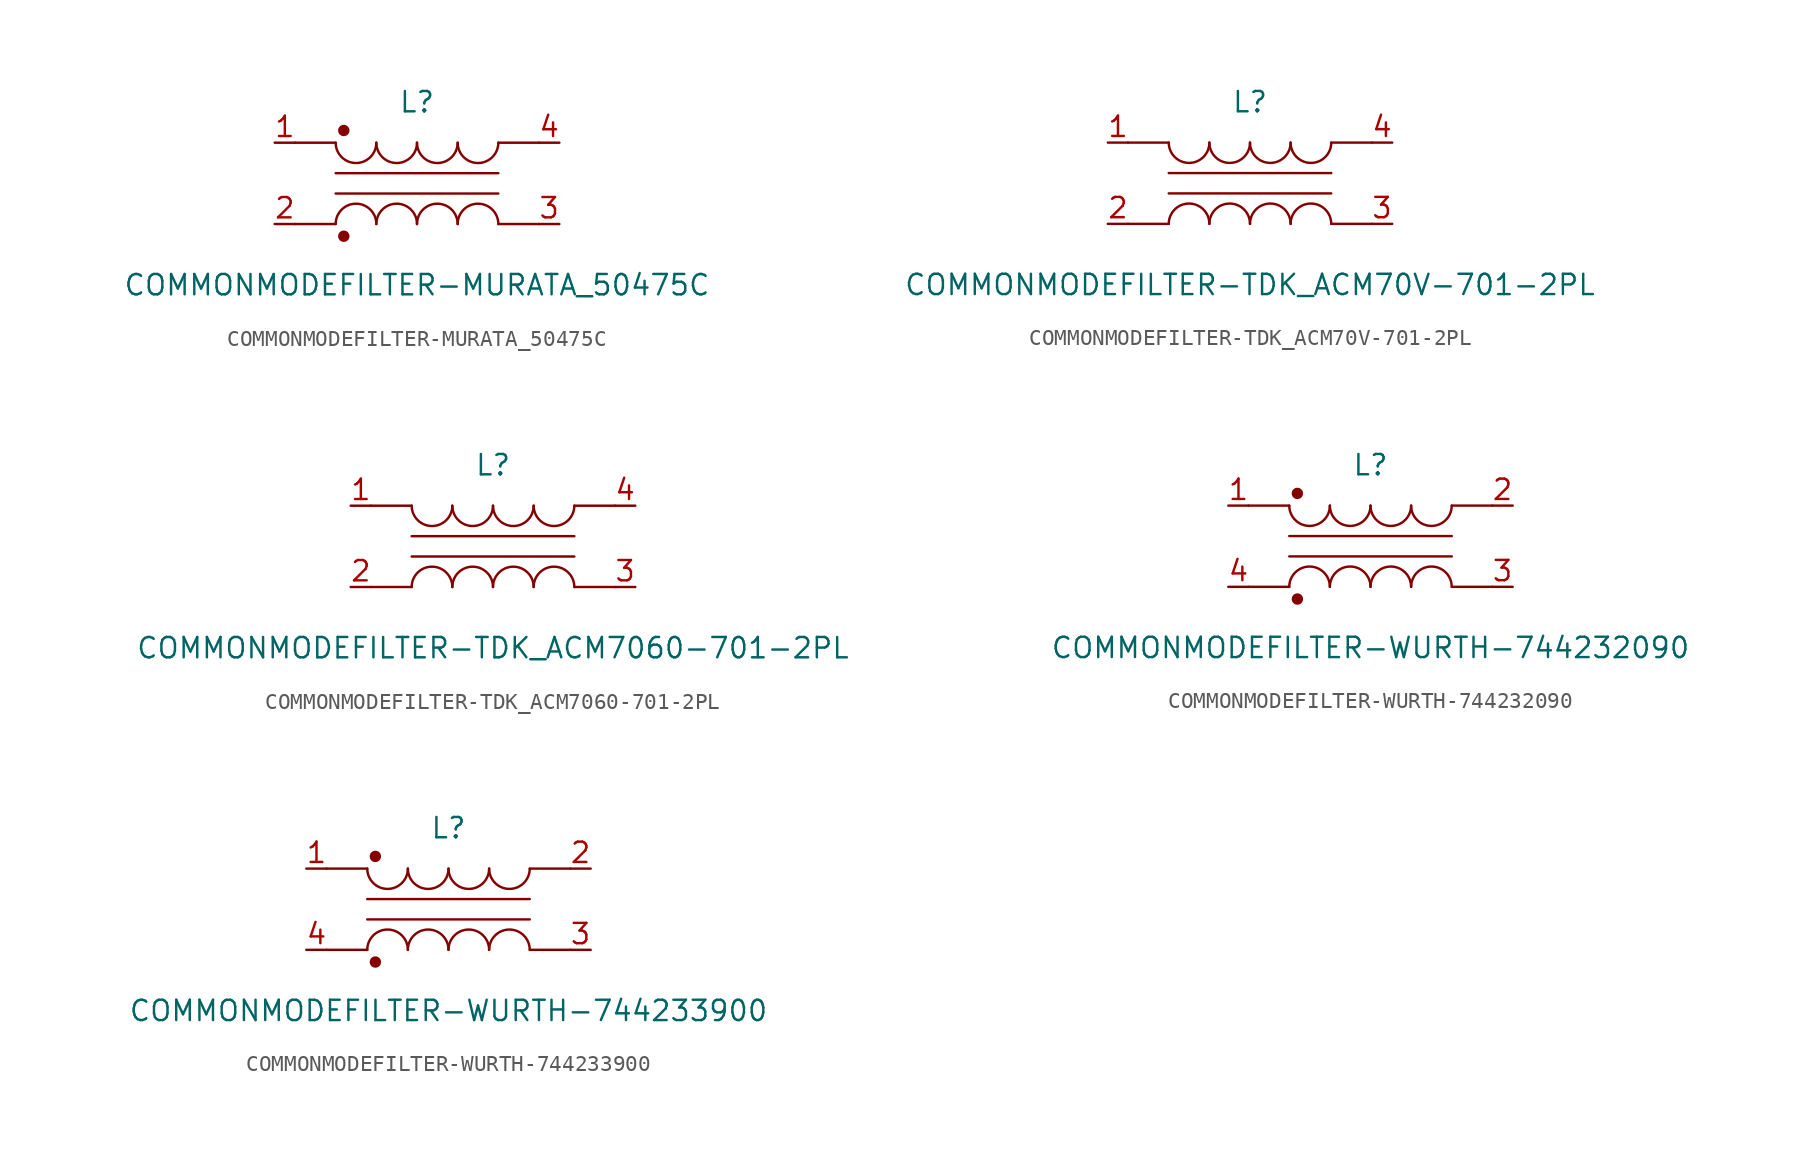
<source format=kicad_sym>
(kicad_symbol_lib
  (version 20201005)
  (generator kicad_symbol_editor)
  (symbol "COMMONMODEFILTER-MURATA_50475C"
    (pin_names
      (offset 1.016) hide)
    (property "Reference" "L"
      (at 0 5.08 0)
      (effects (font (size 1.27 1.27))))
    (property "Value" "COMMONMODEFILTER-MURATA_50475C"
      (at 0 -6.35 0)
      (effects (font (size 1.27 1.27))))
    (symbol "COMMONMODEFILTER-MURATA_50475C_0_0"
      (arc (start -2.54 -2.54) (end -5.08 -2.54) (radius (at -3.81 -2.54) (length 1.27) (angles 0.1 179.9)) (stroke (width 0)) (fill (type none)))
      (arc (start -5.08 2.54) (end -2.54 2.54) (radius (at -3.81 2.54) (length 1.27) (angles -179.9 -0.1)) (stroke (width 0)) (fill (type none)))
      (arc (start 0 -2.54) (end -2.54 -2.54) (radius (at -1.27 -2.54) (length 1.27) (angles 0.1 179.9)) (stroke (width 0)) (fill (type none)))
      (arc (start -2.54 2.54) (end 0 2.54) (radius (at -1.27 2.54) (length 1.27) (angles -179.9 -0.1)) (stroke (width 0)) (fill (type none)))
      (arc (start 2.54 -2.54) (end 0 -2.54) (radius (at 1.27 -2.54) (length 1.27) (angles 0.1 179.9)) (stroke (width 0)) (fill (type none)))
      (arc (start 0 2.54) (end 2.54 2.54) (radius (at 1.27 2.54) (length 1.27) (angles -179.9 -0.1)) (stroke (width 0)) (fill (type none)))
      (arc (start 5.08 -2.54) (end 2.54 -2.54) (radius (at 3.81 -2.54) (length 1.27) (angles 0.1 179.9)) (stroke (width 0)) (fill (type none)))
      (arc (start 2.54 2.54) (end 5.08 2.54) (radius (at 3.81 2.54) (length 1.27) (angles -179.9 -0.1)) (stroke (width 0)) (fill (type none)))
      (circle (center -4.572 -3.302) (radius 0.279) (stroke (width 0)) (fill (type outline)))
      (circle (center -4.572 3.302) (radius 0.279) (stroke (width 0)) (fill (type outline))))
    (symbol "COMMONMODEFILTER-MURATA_50475C_0_1"
      (polyline (pts (xy -7.62 -2.54) (xy -5.08 -2.54)) (stroke (width 0)) (fill (type none)))
      (polyline (pts (xy -7.62 2.54) (xy -5.08 2.54)) (stroke (width 0)) (fill (type none)))
      (polyline (pts (xy -5.08 -0.635) (xy 5.08 -0.635)) (stroke (width 0)) (fill (type none)))
      (polyline (pts (xy 5.08 0.635) (xy -5.08 0.635)) (stroke (width 0)) (fill (type none)))
      (polyline (pts (xy 5.08 2.54) (xy 7.62 2.54)) (stroke (width 0)) (fill (type none)))
      (polyline (pts (xy 7.62 -2.54) (xy 5.08 -2.54)) (stroke (width 0)) (fill (type none))))
    (symbol "COMMONMODEFILTER-MURATA_50475C_1_1"
      (pin passive line (at -8.89 2.54 0) (length 1.27) (name "~" (effects (font (size 1.27 1.27)))) (number "1" (effects (font (size 1.27 1.27)))))
      (pin passive line (at -8.89 -2.54 0) (length 1.27) (name "~" (effects (font (size 1.27 1.27)))) (number "2" (effects (font (size 1.27 1.27)))))
      (pin passive line (at 8.89 -2.54 180) (length 1.27) (name "~" (effects (font (size 1.27 1.27)))) (number "3" (effects (font (size 1.27 1.27)))))
      (pin passive line (at 8.89 2.54 180) (length 1.27) (name "~" (effects (font (size 1.27 1.27)))) (number "4" (effects (font (size 1.27 1.27)))))))
  (symbol "COMMONMODEFILTER-TDK_ACM70V-701-2PL"
    (pin_names
      (offset 1.016) hide)
    (property "Reference" "L"
      (at 0 5.08 0)
      (effects (font (size 1.27 1.27))))
    (property "Value" "COMMONMODEFILTER-TDK_ACM70V-701-2PL"
      (at 0 -6.35 0)
      (effects (font (size 1.27 1.27))))
    (symbol "COMMONMODEFILTER-TDK_ACM70V-701-2PL_0_0"
      (arc (start -2.54 -2.54) (end -5.08 -2.54) (radius (at -3.81 -2.54) (length 1.27) (angles 0.1 179.9)) (stroke (width 0)) (fill (type none)))
      (arc (start -5.08 2.54) (end -2.54 2.54) (radius (at -3.81 2.54) (length 1.27) (angles -179.9 -0.1)) (stroke (width 0)) (fill (type none)))
      (arc (start 0 -2.54) (end -2.54 -2.54) (radius (at -1.27 -2.54) (length 1.27) (angles 0.1 179.9)) (stroke (width 0)) (fill (type none)))
      (arc (start -2.54 2.54) (end 0 2.54) (radius (at -1.27 2.54) (length 1.27) (angles -179.9 -0.1)) (stroke (width 0)) (fill (type none)))
      (arc (start 2.54 -2.54) (end 0 -2.54) (radius (at 1.27 -2.54) (length 1.27) (angles 0.1 179.9)) (stroke (width 0)) (fill (type none)))
      (arc (start 0 2.54) (end 2.54 2.54) (radius (at 1.27 2.54) (length 1.27) (angles -179.9 -0.1)) (stroke (width 0)) (fill (type none)))
      (arc (start 5.08 -2.54) (end 2.54 -2.54) (radius (at 3.81 -2.54) (length 1.27) (angles 0.1 179.9)) (stroke (width 0)) (fill (type none)))
      (arc (start 2.54 2.54) (end 5.08 2.54) (radius (at 3.81 2.54) (length 1.27) (angles -179.9 -0.1)) (stroke (width 0)) (fill (type none))))
    (symbol "COMMONMODEFILTER-TDK_ACM70V-701-2PL_0_1"
      (polyline (pts (xy -7.62 -2.54) (xy -5.08 -2.54)) (stroke (width 0)) (fill (type none)))
      (polyline (pts (xy -7.62 2.54) (xy -5.08 2.54)) (stroke (width 0)) (fill (type none)))
      (polyline (pts (xy -5.08 -0.635) (xy 5.08 -0.635)) (stroke (width 0)) (fill (type none)))
      (polyline (pts (xy 5.08 0.635) (xy -5.08 0.635)) (stroke (width 0)) (fill (type none)))
      (polyline (pts (xy 5.08 2.54) (xy 7.62 2.54)) (stroke (width 0)) (fill (type none)))
      (polyline (pts (xy 7.62 -2.54) (xy 5.08 -2.54)) (stroke (width 0)) (fill (type none))))
    (symbol "COMMONMODEFILTER-TDK_ACM70V-701-2PL_1_1"
      (pin passive line (at -8.89 2.54 0) (length 1.27) (name "~" (effects (font (size 1.27 1.27)))) (number "1" (effects (font (size 1.27 1.27)))))
      (pin passive line (at -8.89 -2.54 0) (length 1.27) (name "~" (effects (font (size 1.27 1.27)))) (number "2" (effects (font (size 1.27 1.27)))))
      (pin passive line (at 8.89 -2.54 180) (length 1.27) (name "~" (effects (font (size 1.27 1.27)))) (number "3" (effects (font (size 1.27 1.27)))))
      (pin passive line (at 8.89 2.54 180) (length 1.27) (name "~" (effects (font (size 1.27 1.27)))) (number "4" (effects (font (size 1.27 1.27)))))))
  (symbol "COMMONMODEFILTER-TDK_ACM7060-701-2PL"
    (pin_names
      (offset 1.016) hide)
    (property "Reference" "L"
      (at 0 5.08 0)
      (effects (font (size 1.27 1.27))))
    (property "Value" "COMMONMODEFILTER-TDK_ACM7060-701-2PL"
      (at 0 -6.35 0)
      (effects (font (size 1.27 1.27))))
    (symbol "COMMONMODEFILTER-TDK_ACM7060-701-2PL_0_0"
      (arc (start -2.54 -2.54) (end -5.08 -2.54) (radius (at -3.81 -2.54) (length 1.27) (angles 0.1 179.9)) (stroke (width 0)) (fill (type none)))
      (arc (start -5.08 2.54) (end -2.54 2.54) (radius (at -3.81 2.54) (length 1.27) (angles -179.9 -0.1)) (stroke (width 0)) (fill (type none)))
      (arc (start 0 -2.54) (end -2.54 -2.54) (radius (at -1.27 -2.54) (length 1.27) (angles 0.1 179.9)) (stroke (width 0)) (fill (type none)))
      (arc (start -2.54 2.54) (end 0 2.54) (radius (at -1.27 2.54) (length 1.27) (angles -179.9 -0.1)) (stroke (width 0)) (fill (type none)))
      (arc (start 2.54 -2.54) (end 0 -2.54) (radius (at 1.27 -2.54) (length 1.27) (angles 0.1 179.9)) (stroke (width 0)) (fill (type none)))
      (arc (start 0 2.54) (end 2.54 2.54) (radius (at 1.27 2.54) (length 1.27) (angles -179.9 -0.1)) (stroke (width 0)) (fill (type none)))
      (arc (start 5.08 -2.54) (end 2.54 -2.54) (radius (at 3.81 -2.54) (length 1.27) (angles 0.1 179.9)) (stroke (width 0)) (fill (type none)))
      (arc (start 2.54 2.54) (end 5.08 2.54) (radius (at 3.81 2.54) (length 1.27) (angles -179.9 -0.1)) (stroke (width 0)) (fill (type none))))
    (symbol "COMMONMODEFILTER-TDK_ACM7060-701-2PL_0_1"
      (polyline (pts (xy -7.62 -2.54) (xy -5.08 -2.54)) (stroke (width 0)) (fill (type none)))
      (polyline (pts (xy -7.62 2.54) (xy -5.08 2.54)) (stroke (width 0)) (fill (type none)))
      (polyline (pts (xy -5.08 -0.635) (xy 5.08 -0.635)) (stroke (width 0)) (fill (type none)))
      (polyline (pts (xy 5.08 0.635) (xy -5.08 0.635)) (stroke (width 0)) (fill (type none)))
      (polyline (pts (xy 5.08 2.54) (xy 7.62 2.54)) (stroke (width 0)) (fill (type none)))
      (polyline (pts (xy 7.62 -2.54) (xy 5.08 -2.54)) (stroke (width 0)) (fill (type none))))
    (symbol "COMMONMODEFILTER-TDK_ACM7060-701-2PL_1_1"
      (pin passive line (at -8.89 2.54 0) (length 1.27) (name "~" (effects (font (size 1.27 1.27)))) (number "1" (effects (font (size 1.27 1.27)))))
      (pin passive line (at -8.89 -2.54 0) (length 1.27) (name "~" (effects (font (size 1.27 1.27)))) (number "2" (effects (font (size 1.27 1.27)))))
      (pin passive line (at 8.89 -2.54 180) (length 1.27) (name "~" (effects (font (size 1.27 1.27)))) (number "3" (effects (font (size 1.27 1.27)))))
      (pin passive line (at 8.89 2.54 180) (length 1.27) (name "~" (effects (font (size 1.27 1.27)))) (number "4" (effects (font (size 1.27 1.27)))))))
  (symbol "COMMONMODEFILTER-WURTH-744232090"
    (pin_names
      (offset 1.016) hide)
    (property "Reference" "L"
      (at 0 5.08 0)
      (effects (font (size 1.27 1.27))))
    (property "Value" "COMMONMODEFILTER-WURTH-744232090"
      (at 0 -6.35 0)
      (effects (font (size 1.27 1.27))))
    (symbol "COMMONMODEFILTER-WURTH-744232090_0_0"
      (arc (start -2.54 -2.54) (end -5.08 -2.54) (radius (at -3.81 -2.54) (length 1.27) (angles 0.1 179.9)) (stroke (width 0)) (fill (type none)))
      (arc (start -5.08 2.54) (end -2.54 2.54) (radius (at -3.81 2.54) (length 1.27) (angles -179.9 -0.1)) (stroke (width 0)) (fill (type none)))
      (arc (start 0 -2.54) (end -2.54 -2.54) (radius (at -1.27 -2.54) (length 1.27) (angles 0.1 179.9)) (stroke (width 0)) (fill (type none)))
      (arc (start -2.54 2.54) (end 0 2.54) (radius (at -1.27 2.54) (length 1.27) (angles -179.9 -0.1)) (stroke (width 0)) (fill (type none)))
      (arc (start 2.54 -2.54) (end 0 -2.54) (radius (at 1.27 -2.54) (length 1.27) (angles 0.1 179.9)) (stroke (width 0)) (fill (type none)))
      (arc (start 0 2.54) (end 2.54 2.54) (radius (at 1.27 2.54) (length 1.27) (angles -179.9 -0.1)) (stroke (width 0)) (fill (type none)))
      (arc (start 5.08 -2.54) (end 2.54 -2.54) (radius (at 3.81 -2.54) (length 1.27) (angles 0.1 179.9)) (stroke (width 0)) (fill (type none)))
      (arc (start 2.54 2.54) (end 5.08 2.54) (radius (at 3.81 2.54) (length 1.27) (angles -179.9 -0.1)) (stroke (width 0)) (fill (type none)))
      (circle (center -4.572 -3.302) (radius 0.279) (stroke (width 0)) (fill (type outline)))
      (circle (center -4.572 3.302) (radius 0.279) (stroke (width 0)) (fill (type outline))))
    (symbol "COMMONMODEFILTER-WURTH-744232090_0_1"
      (polyline (pts (xy -7.62 -2.54) (xy -5.08 -2.54)) (stroke (width 0)) (fill (type none)))
      (polyline (pts (xy -7.62 2.54) (xy -5.08 2.54)) (stroke (width 0)) (fill (type none)))
      (polyline (pts (xy -5.08 -0.635) (xy 5.08 -0.635)) (stroke (width 0)) (fill (type none)))
      (polyline (pts (xy 5.08 0.635) (xy -5.08 0.635)) (stroke (width 0)) (fill (type none)))
      (polyline (pts (xy 5.08 2.54) (xy 7.62 2.54)) (stroke (width 0)) (fill (type none)))
      (polyline (pts (xy 7.62 -2.54) (xy 5.08 -2.54)) (stroke (width 0)) (fill (type none))))
    (symbol "COMMONMODEFILTER-WURTH-744232090_1_1"
      (pin passive line (at -8.89 2.54 0) (length 1.27) (name "~" (effects (font (size 1.27 1.27)))) (number "1" (effects (font (size 1.27 1.27)))))
      (pin passive line (at 8.89 2.54 180) (length 1.27) (name "~" (effects (font (size 1.27 1.27)))) (number "2" (effects (font (size 1.27 1.27)))))
      (pin passive line (at 8.89 -2.54 180) (length 1.27) (name "~" (effects (font (size 1.27 1.27)))) (number "3" (effects (font (size 1.27 1.27)))))
      (pin passive line (at -8.89 -2.54 0) (length 1.27) (name "~" (effects (font (size 1.27 1.27)))) (number "4" (effects (font (size 1.27 1.27)))))))
  (symbol "COMMONMODEFILTER-WURTH-744233900"
    (pin_names
      (offset 1.016) hide)
    (property "Reference" "L"
      (at 0 5.08 0)
      (effects (font (size 1.27 1.27))))
    (property "Value" "COMMONMODEFILTER-WURTH-744233900"
      (at 0 -6.35 0)
      (effects (font (size 1.27 1.27))))
    (symbol "COMMONMODEFILTER-WURTH-744233900_0_0"
      (arc (start -2.54 -2.54) (end -5.08 -2.54) (radius (at -3.81 -2.54) (length 1.27) (angles 0.1 179.9)) (stroke (width 0)) (fill (type none)))
      (arc (start -5.08 2.54) (end -2.54 2.54) (radius (at -3.81 2.54) (length 1.27) (angles -179.9 -0.1)) (stroke (width 0)) (fill (type none)))
      (arc (start 0 -2.54) (end -2.54 -2.54) (radius (at -1.27 -2.54) (length 1.27) (angles 0.1 179.9)) (stroke (width 0)) (fill (type none)))
      (arc (start -2.54 2.54) (end 0 2.54) (radius (at -1.27 2.54) (length 1.27) (angles -179.9 -0.1)) (stroke (width 0)) (fill (type none)))
      (arc (start 2.54 -2.54) (end 0 -2.54) (radius (at 1.27 -2.54) (length 1.27) (angles 0.1 179.9)) (stroke (width 0)) (fill (type none)))
      (arc (start 0 2.54) (end 2.54 2.54) (radius (at 1.27 2.54) (length 1.27) (angles -179.9 -0.1)) (stroke (width 0)) (fill (type none)))
      (arc (start 5.08 -2.54) (end 2.54 -2.54) (radius (at 3.81 -2.54) (length 1.27) (angles 0.1 179.9)) (stroke (width 0)) (fill (type none)))
      (arc (start 2.54 2.54) (end 5.08 2.54) (radius (at 3.81 2.54) (length 1.27) (angles -179.9 -0.1)) (stroke (width 0)) (fill (type none)))
      (circle (center -4.572 -3.302) (radius 0.279) (stroke (width 0)) (fill (type outline)))
      (circle (center -4.572 3.302) (radius 0.279) (stroke (width 0)) (fill (type outline))))
    (symbol "COMMONMODEFILTER-WURTH-744233900_0_1"
      (polyline (pts (xy -7.62 -2.54) (xy -5.08 -2.54)) (stroke (width 0)) (fill (type none)))
      (polyline (pts (xy -7.62 2.54) (xy -5.08 2.54)) (stroke (width 0)) (fill (type none)))
      (polyline (pts (xy -5.08 -0.635) (xy 5.08 -0.635)) (stroke (width 0)) (fill (type none)))
      (polyline (pts (xy 5.08 0.635) (xy -5.08 0.635)) (stroke (width 0)) (fill (type none)))
      (polyline (pts (xy 5.08 2.54) (xy 7.62 2.54)) (stroke (width 0)) (fill (type none)))
      (polyline (pts (xy 7.62 -2.54) (xy 5.08 -2.54)) (stroke (width 0)) (fill (type none))))
    (symbol "COMMONMODEFILTER-WURTH-744233900_1_1"
      (pin passive line (at -8.89 2.54 0) (length 1.27) (name "~" (effects (font (size 1.27 1.27)))) (number "1" (effects (font (size 1.27 1.27)))))
      (pin passive line (at 8.89 2.54 180) (length 1.27) (name "~" (effects (font (size 1.27 1.27)))) (number "2" (effects (font (size 1.27 1.27)))))
      (pin passive line (at 8.89 -2.54 180) (length 1.27) (name "~" (effects (font (size 1.27 1.27)))) (number "3" (effects (font (size 1.27 1.27)))))
      (pin passive line (at -8.89 -2.54 0) (length 1.27) (name "~" (effects (font (size 1.27 1.27)))) (number "4" (effects (font (size 1.27 1.27))))))))
</source>
